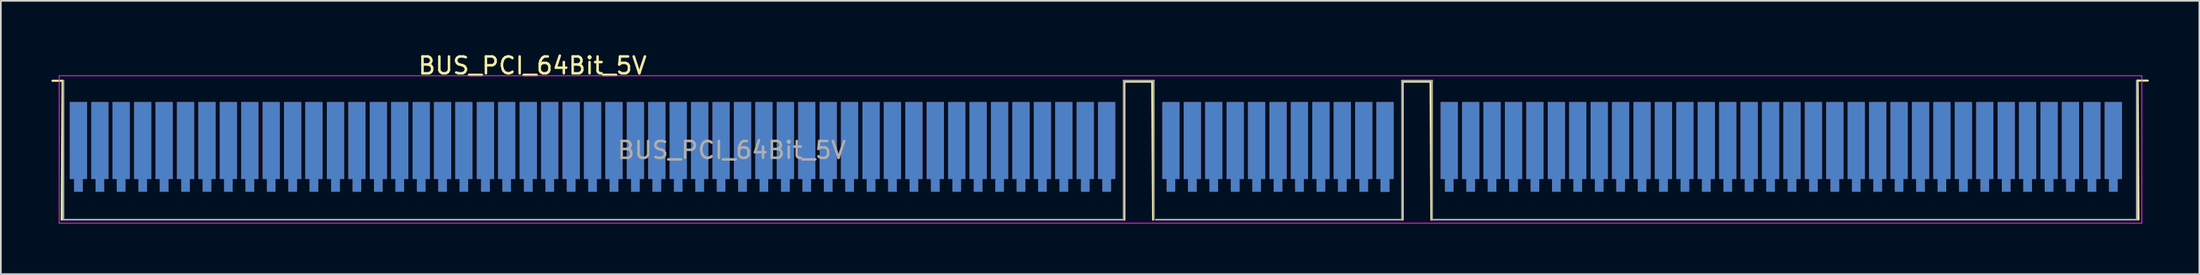
<source format=kicad_pcb>
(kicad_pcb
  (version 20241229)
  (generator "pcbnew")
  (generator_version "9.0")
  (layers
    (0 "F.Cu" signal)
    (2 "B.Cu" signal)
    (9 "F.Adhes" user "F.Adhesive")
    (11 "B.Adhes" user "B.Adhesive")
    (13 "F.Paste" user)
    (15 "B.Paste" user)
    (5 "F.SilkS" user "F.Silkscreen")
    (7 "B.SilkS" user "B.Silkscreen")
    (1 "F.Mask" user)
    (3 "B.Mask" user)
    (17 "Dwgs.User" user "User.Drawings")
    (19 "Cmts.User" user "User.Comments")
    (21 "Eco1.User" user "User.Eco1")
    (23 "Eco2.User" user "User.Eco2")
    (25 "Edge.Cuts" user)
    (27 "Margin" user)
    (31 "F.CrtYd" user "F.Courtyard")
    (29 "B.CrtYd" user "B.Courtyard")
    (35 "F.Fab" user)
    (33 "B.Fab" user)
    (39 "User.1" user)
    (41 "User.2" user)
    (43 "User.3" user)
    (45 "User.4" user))
  (footprint "BUS_PCI_64Bit_5V"
    (layer "F.Cu")
    (at 40.33 6.628)
    (property "Reference" "BUS_PCI_64Bit_5V" (at -11.81 -5.78 0) (layer "F.SilkS") (effects (font (size 1 1) (thickness 0.15))))
    (attr exclude_from_pos_files exclude_from_bom)
    (fp_line (start -40.27 -4.88) (end -39.67 -4.88) (stroke (width 0.12) (type solid)) (layer "F.SilkS"))
    (fp_line (start -39.67 -4.88) (end -39.72 3.37) (stroke (width 0.12) (type solid)) (layer "F.SilkS"))
    (fp_line (start 23.28 -4.83) (end 24.93 -4.83) (stroke (width 0.12) (type solid)) (layer "F.SilkS"))
    (fp_line (start 23.28 3.37) (end 23.28 -4.83) (stroke (width 0.12) (type solid)) (layer "F.SilkS"))
    (fp_line (start 24.93 -4.83) (end 24.98 3.37) (stroke (width 0.12) (type solid)) (layer "F.SilkS"))
    (fp_line (start 39.78 -4.83) (end 41.43 -4.83) (stroke (width 0.12) (type solid)) (layer "F.SilkS"))
    (fp_line (start 39.78 3.37) (end 39.78 -4.83) (stroke (width 0.12) (type solid)) (layer "F.SilkS"))
    (fp_line (start 41.43 -4.83) (end 41.48 3.37) (stroke (width 0.12) (type solid)) (layer "F.SilkS"))
    (fp_line (start 83.35 -4.89) (end 83.4 3.36) (stroke (width 0.12) (type solid)) (layer "F.SilkS"))
    (fp_line (start 83.95 -4.89) (end 83.35 -4.89) (stroke (width 0.12) (type solid)) (layer "F.SilkS"))
    (fp_line (start -39.87 -5.18) (end -39.87 3.58) (stroke (width 0.05) (type solid)) (layer "F.CrtYd"))
    (fp_line (start -39.87 -5.18) (end 83.6 -5.18) (stroke (width 0.05) (type solid)) (layer "F.CrtYd"))
    (fp_line (start 83.6 3.58) (end -39.87 3.58) (stroke (width 0.05) (type solid)) (layer "F.CrtYd"))
    (fp_line (start 83.6 3.58) (end 83.6 -5.18) (stroke (width 0.05) (type solid)) (layer "F.CrtYd"))
    (fp_line (start -39.62 -4.89) (end -39.62 3.37) (stroke (width 0.1) (type solid)) (layer "F.Fab"))
    (fp_line (start -39.62 3.37) (end 23.24 3.37) (stroke (width 0.1) (type solid)) (layer "F.Fab"))
    (fp_line (start 23.24 -4.89) (end 25.02 -4.89) (stroke (width 0.1) (type solid)) (layer "F.Fab"))
    (fp_line (start 23.24 3.37) (end 23.24 -4.89) (stroke (width 0.1) (type solid)) (layer "F.Fab"))
    (fp_line (start 25.02 -4.89) (end 25.02 3.37) (stroke (width 0.1) (type solid)) (layer "F.Fab"))
    (fp_line (start 25.14 3.37) (end 39.74 3.37) (stroke (width 0.1) (type solid)) (layer "F.Fab"))
    (fp_line (start 39.74 -4.89) (end 41.52 -4.89) (stroke (width 0.1) (type solid)) (layer "F.Fab"))
    (fp_line (start 39.74 3.37) (end 39.74 -4.89) (stroke (width 0.1) (type solid)) (layer "F.Fab"))
    (fp_line (start 41.52 -4.89) (end 41.52 3.37) (stroke (width 0.1) (type solid)) (layer "F.Fab"))
    (fp_line (start 41.52 3.37) (end 83.3 3.37) (stroke (width 0.1) (type solid)) (layer "F.Fab"))
    (fp_line (start 83.3 -4.89) (end 83.3 3.37) (stroke (width 0.1) (type solid)) (layer "F.Fab"))
    (fp_text user "${REFERENCE}" (at 0 -0.76 0) (layer "F.Fab") (effects (font (size 1 1) (thickness 0.15))))
    (pad "A1" connect rect (at -38.73 -1.33) (size 1.02 4.57) (layers "B.Cu" "B.Mask"))
    (pad "A1" connect rect (at -38.73 1.33) (size 0.51 0.76) (layers "B.Cu" "B.Mask"))
    (pad "A2" connect rect (at -37.46 -1.33) (size 1.02 4.57) (layers "B.Cu" "B.Mask"))
    (pad "A2" connect rect (at -37.46 1.33) (size 0.51 0.76) (layers "B.Cu" "B.Mask"))
    (pad "A3" connect rect (at -36.2 -1.33) (size 1.02 4.57) (layers "B.Cu" "B.Mask"))
    (pad "A3" connect rect (at -36.2 1.33) (size 0.51 0.76) (layers "B.Cu" "B.Mask"))
    (pad "A4" connect rect (at -34.92 -1.33) (size 1.02 4.57) (layers "B.Cu" "B.Mask"))
    (pad "A4" connect rect (at -34.92 1.33) (size 0.51 0.76) (layers "B.Cu" "B.Mask"))
    (pad "A5" connect rect (at -33.65 -1.33) (size 1.02 4.57) (layers "B.Cu" "B.Mask"))
    (pad "A5" connect rect (at -33.65 1.33) (size 0.51 0.76) (layers "B.Cu" "B.Mask"))
    (pad "A6" connect rect (at -32.38 -1.33) (size 1.02 4.57) (layers "B.Cu" "B.Mask"))
    (pad "A6" connect rect (at -32.38 1.33) (size 0.51 0.76) (layers "B.Cu" "B.Mask"))
    (pad "A7" connect rect (at -31.11 -1.33) (size 1.02 4.57) (layers "B.Cu" "B.Mask"))
    (pad "A7" connect rect (at -31.11 1.33) (size 0.51 0.76) (layers "B.Cu" "B.Mask"))
    (pad "A8" connect rect (at -29.84 -1.33) (size 1.02 4.57) (layers "B.Cu" "B.Mask"))
    (pad "A8" connect rect (at -29.84 1.33) (size 0.51 0.76) (layers "B.Cu" "B.Mask"))
    (pad "A9" connect rect (at -28.57 -1.33) (size 1.02 4.57) (layers "B.Cu" "B.Mask"))
    (pad "A9" connect rect (at -28.57 1.33) (size 0.51 0.76) (layers "B.Cu" "B.Mask"))
    (pad "A10" connect rect (at -27.3 -1.33) (size 1.02 4.57) (layers "B.Cu" "B.Mask"))
    (pad "A10" connect rect (at -27.3 1.33) (size 0.51 0.76) (layers "B.Cu" "B.Mask"))
    (pad "A11" connect rect (at -26.03 -1.33) (size 1.02 4.57) (layers "B.Cu" "B.Mask"))
    (pad "A11" connect rect (at -26.03 1.33) (size 0.51 0.76) (layers "B.Cu" "B.Mask"))
    (pad "A12" connect rect (at -24.77 -1.33) (size 1.02 4.57) (layers "B.Cu" "B.Mask"))
    (pad "A12" connect rect (at -24.77 1.33) (size 0.51 0.76) (layers "B.Cu" "B.Mask"))
    (pad "A13" connect rect (at -23.49 -1.33) (size 1.02 4.57) (layers "B.Cu" "B.Mask"))
    (pad "A13" connect rect (at -23.49 1.33) (size 0.51 0.76) (layers "B.Cu" "B.Mask"))
    (pad "A14" connect rect (at -22.22 -1.33) (size 1.02 4.57) (layers "B.Cu" "B.Mask"))
    (pad "A14" connect rect (at -22.22 1.33) (size 0.51 0.76) (layers "B.Cu" "B.Mask"))
    (pad "A15" connect rect (at -20.95 -1.33) (size 1.02 4.57) (layers "B.Cu" "B.Mask"))
    (pad "A15" connect rect (at -20.95 1.33) (size 0.51 0.76) (layers "B.Cu" "B.Mask"))
    (pad "A16" connect rect (at -19.68 -1.33) (size 1.02 4.57) (layers "B.Cu" "B.Mask"))
    (pad "A16" connect rect (at -19.68 1.33) (size 0.51 0.76) (layers "B.Cu" "B.Mask"))
    (pad "A17" connect rect (at -18.41 -1.33) (size 1.02 4.57) (layers "B.Cu" "B.Mask"))
    (pad "A17" connect rect (at -18.41 1.33) (size 0.51 0.76) (layers "B.Cu" "B.Mask"))
    (pad "A18" connect rect (at -17.14 -1.33) (size 1.02 4.57) (layers "B.Cu" "B.Mask"))
    (pad "A18" connect rect (at -17.14 1.33) (size 0.51 0.76) (layers "B.Cu" "B.Mask"))
    (pad "A19" connect rect (at -15.88 -1.33) (size 1.02 4.57) (layers "B.Cu" "B.Mask"))
    (pad "A19" connect rect (at -15.88 1.33) (size 0.51 0.76) (layers "B.Cu" "B.Mask"))
    (pad "A20" connect rect (at -14.6 -1.33) (size 1.02 4.57) (layers "B.Cu" "B.Mask"))
    (pad "A20" connect rect (at -14.6 1.33) (size 0.51 0.76) (layers "B.Cu" "B.Mask"))
    (pad "A21" connect rect (at -13.34 -1.33) (size 1.02 4.57) (layers "B.Cu" "B.Mask"))
    (pad "A21" connect rect (at -13.34 1.33) (size 0.51 0.76) (layers "B.Cu" "B.Mask"))
    (pad "A22" connect rect (at -12.06 -1.33) (size 1.02 4.57) (layers "B.Cu" "B.Mask"))
    (pad "A22" connect rect (at -12.06 1.33) (size 0.51 0.76) (layers "B.Cu" "B.Mask"))
    (pad "A23" connect rect (at -10.79 -1.33) (size 1.02 4.57) (layers "B.Cu" "B.Mask"))
    (pad "A23" connect rect (at -10.79 1.33) (size 0.51 0.76) (layers "B.Cu" "B.Mask"))
    (pad "A24" connect rect (at -9.52 -1.33) (size 1.02 4.57) (layers "B.Cu" "B.Mask"))
    (pad "A24" connect rect (at -9.52 1.33) (size 0.51 0.76) (layers "B.Cu" "B.Mask"))
    (pad "A25" connect rect (at -8.25 -1.33) (size 1.02 4.57) (layers "B.Cu" "B.Mask"))
    (pad "A25" connect rect (at -8.25 1.33) (size 0.51 0.76) (layers "B.Cu" "B.Mask"))
    (pad "A26" connect rect (at -6.98 -1.33) (size 1.02 4.57) (layers "B.Cu" "B.Mask"))
    (pad "A26" connect rect (at -6.98 1.33) (size 0.51 0.76) (layers "B.Cu" "B.Mask"))
    (pad "A27" connect rect (at -5.71 -1.33) (size 1.02 4.57) (layers "B.Cu" "B.Mask"))
    (pad "A27" connect rect (at -5.71 1.33) (size 0.51 0.76) (layers "B.Cu" "B.Mask"))
    (pad "A28" connect rect (at -4.44 -1.33) (size 1.02 4.57) (layers "B.Cu" "B.Mask"))
    (pad "A28" connect rect (at -4.44 1.33) (size 0.51 0.76) (layers "B.Cu" "B.Mask"))
    (pad "A29" connect rect (at -3.17 -1.33) (size 1.02 4.57) (layers "B.Cu" "B.Mask"))
    (pad "A29" connect rect (at -3.17 1.33) (size 0.51 0.76) (layers "B.Cu" "B.Mask"))
    (pad "A30" connect rect (at -1.9 -1.33) (size 1.02 4.57) (layers "B.Cu" "B.Mask"))
    (pad "A30" connect rect (at -1.9 1.33) (size 0.51 0.76) (layers "B.Cu" "B.Mask"))
    (pad "A31" connect rect (at -0.63 -1.33) (size 1.02 4.57) (layers "B.Cu" "B.Mask"))
    (pad "A31" connect rect (at -0.63 1.33) (size 0.51 0.76) (layers "B.Cu" "B.Mask"))
    (pad "A32" connect rect (at 0.64 -1.33) (size 1.02 4.57) (layers "B.Cu" "B.Mask"))
    (pad "A32" connect rect (at 0.64 1.33) (size 0.51 0.76) (layers "B.Cu" "B.Mask"))
    (pad "A33" connect rect (at 1.91 -1.33) (size 1.02 4.57) (layers "B.Cu" "B.Mask"))
    (pad "A33" connect rect (at 1.91 1.33) (size 0.51 0.76) (layers "B.Cu" "B.Mask"))
    (pad "A34" connect rect (at 3.18 -1.33) (size 1.02 4.57) (layers "B.Cu" "B.Mask"))
    (pad "A34" connect rect (at 3.18 1.33) (size 0.51 0.76) (layers "B.Cu" "B.Mask"))
    (pad "A35" connect rect (at 4.45 -1.33) (size 1.02 4.57) (layers "B.Cu" "B.Mask"))
    (pad "A35" connect rect (at 4.45 1.33) (size 0.51 0.76) (layers "B.Cu" "B.Mask"))
    (pad "A36" connect rect (at 5.72 -1.33) (size 1.02 4.57) (layers "B.Cu" "B.Mask"))
    (pad "A36" connect rect (at 5.72 1.33) (size 0.51 0.76) (layers "B.Cu" "B.Mask"))
    (pad "A37" connect rect (at 6.99 -1.33) (size 1.02 4.57) (layers "B.Cu" "B.Mask"))
    (pad "A37" connect rect (at 6.99 1.33) (size 0.51 0.76) (layers "B.Cu" "B.Mask"))
    (pad "A38" connect rect (at 8.26 -1.33) (size 1.02 4.57) (layers "B.Cu" "B.Mask"))
    (pad "A38" connect rect (at 8.26 1.33) (size 0.51 0.76) (layers "B.Cu" "B.Mask"))
    (pad "A39" connect rect (at 9.53 -1.33) (size 1.02 4.57) (layers "B.Cu" "B.Mask"))
    (pad "A39" connect rect (at 9.53 1.33) (size 0.51 0.76) (layers "B.Cu" "B.Mask"))
    (pad "A40" connect rect (at 10.8 -1.33) (size 1.02 4.57) (layers "B.Cu" "B.Mask"))
    (pad "A40" connect rect (at 10.8 1.33) (size 0.51 0.76) (layers "B.Cu" "B.Mask"))
    (pad "A41" connect rect (at 12.07 -1.33) (size 1.02 4.57) (layers "B.Cu" "B.Mask"))
    (pad "A41" connect rect (at 12.07 1.33) (size 0.51 0.76) (layers "B.Cu" "B.Mask"))
    (pad "A42" connect rect (at 13.34 -1.33) (size 1.02 4.57) (layers "B.Cu" "B.Mask"))
    (pad "A42" connect rect (at 13.34 1.33) (size 0.51 0.76) (layers "B.Cu" "B.Mask"))
    (pad "A43" connect rect (at 14.61 -1.33) (size 1.02 4.57) (layers "B.Cu" "B.Mask"))
    (pad "A43" connect rect (at 14.61 1.33) (size 0.51 0.76) (layers "B.Cu" "B.Mask"))
    (pad "A44" connect rect (at 15.88 -1.33) (size 1.02 4.57) (layers "B.Cu" "B.Mask"))
    (pad "A44" connect rect (at 15.88 1.33) (size 0.51 0.76) (layers "B.Cu" "B.Mask"))
    (pad "A45" connect rect (at 17.15 -1.33) (size 1.02 4.57) (layers "B.Cu" "B.Mask"))
    (pad "A45" connect rect (at 17.15 1.33) (size 0.51 0.76) (layers "B.Cu" "B.Mask"))
    (pad "A46" connect rect (at 18.42 -1.33) (size 1.02 4.57) (layers "B.Cu" "B.Mask"))
    (pad "A46" connect rect (at 18.42 1.33) (size 0.51 0.76) (layers "B.Cu" "B.Mask"))
    (pad "A47" connect rect (at 19.69 -1.33) (size 1.02 4.57) (layers "B.Cu" "B.Mask"))
    (pad "A47" connect rect (at 19.69 1.33) (size 0.51 0.76) (layers "B.Cu" "B.Mask"))
    (pad "A48" connect rect (at 20.96 -1.33) (size 1.02 4.57) (layers "B.Cu" "B.Mask"))
    (pad "A48" connect rect (at 20.96 1.33) (size 0.51 0.76) (layers "B.Cu" "B.Mask"))
    (pad "A49" connect rect (at 22.23 -1.33) (size 1.02 4.57) (layers "B.Cu" "B.Mask"))
    (pad "A49" connect rect (at 22.23 1.33) (size 0.51 0.76) (layers "B.Cu" "B.Mask"))
    (pad "A52" connect rect (at 26.04 -1.33) (size 1.02 4.57) (layers "B.Cu" "B.Mask"))
    (pad "A52" connect rect (at 26.04 1.33) (size 0.51 0.76) (layers "B.Cu" "B.Mask"))
    (pad "A53" connect rect (at 27.31 -1.33) (size 1.02 4.57) (layers "B.Cu" "B.Mask"))
    (pad "A53" connect rect (at 27.31 1.33) (size 0.51 0.76) (layers "B.Cu" "B.Mask"))
    (pad "A54" connect rect (at 28.58 -1.33) (size 1.02 4.57) (layers "B.Cu" "B.Mask"))
    (pad "A54" connect rect (at 28.58 1.33) (size 0.51 0.76) (layers "B.Cu" "B.Mask"))
    (pad "A55" connect rect (at 29.85 -1.33) (size 1.02 4.57) (layers "B.Cu" "B.Mask"))
    (pad "A55" connect rect (at 29.85 1.33) (size 0.51 0.76) (layers "B.Cu" "B.Mask"))
    (pad "A56" connect rect (at 31.12 -1.33) (size 1.02 4.57) (layers "B.Cu" "B.Mask"))
    (pad "A56" connect rect (at 31.12 1.33) (size 0.51 0.76) (layers "B.Cu" "B.Mask"))
    (pad "A57" connect rect (at 32.39 -1.33) (size 1.02 4.57) (layers "B.Cu" "B.Mask"))
    (pad "A57" connect rect (at 32.39 1.33) (size 0.51 0.76) (layers "B.Cu" "B.Mask"))
    (pad "A58" connect rect (at 33.66 -1.33) (size 1.02 4.57) (layers "B.Cu" "B.Mask"))
    (pad "A58" connect rect (at 33.66 1.33) (size 0.51 0.76) (layers "B.Cu" "B.Mask"))
    (pad "A59" connect rect (at 34.93 -1.33) (size 1.02 4.57) (layers "B.Cu" "B.Mask"))
    (pad "A59" connect rect (at 34.93 1.33) (size 0.51 0.76) (layers "B.Cu" "B.Mask"))
    (pad "A60" connect rect (at 36.2 -1.33) (size 1.02 4.57) (layers "B.Cu" "B.Mask"))
    (pad "A60" connect rect (at 36.2 1.33) (size 0.51 0.76) (layers "B.Cu" "B.Mask"))
    (pad "A61" connect rect (at 37.47 -1.33) (size 1.02 4.57) (layers "B.Cu" "B.Mask"))
    (pad "A61" connect rect (at 37.47 1.33) (size 0.51 0.76) (layers "B.Cu" "B.Mask"))
    (pad "A62" connect rect (at 38.73 -1.33) (size 1.02 4.57) (layers "B.Cu" "B.Mask"))
    (pad "A62" connect rect (at 38.73 1.33) (size 0.51 0.76) (layers "B.Cu" "B.Mask"))
    (pad "A62" connect rect (at 38.73 1.33) (size 0.51 0.76) (layers "B.Cu" "B.Mask"))
    (pad "A63" connect rect (at 42.54 -1.33) (size 1.02 4.57) (layers "B.Cu" "B.Mask"))
    (pad "A63" connect rect (at 42.54 1.33) (size 0.51 0.76) (layers "B.Cu" "B.Mask"))
    (pad "A64" connect rect (at 43.81 -1.33) (size 1.02 4.57) (layers "B.Cu" "B.Mask"))
    (pad "A64" connect rect (at 43.81 1.33) (size 0.51 0.76) (layers "B.Cu" "B.Mask"))
    (pad "A65" connect rect (at 45.08 -1.33) (size 1.02 4.57) (layers "B.Cu" "B.Mask"))
    (pad "A65" connect rect (at 45.08 1.33) (size 0.51 0.76) (layers "B.Cu" "B.Mask"))
    (pad "A66" connect rect (at 46.35 -1.33) (size 1.02 4.57) (layers "B.Cu" "B.Mask"))
    (pad "A66" connect rect (at 46.35 1.33) (size 0.51 0.76) (layers "B.Cu" "B.Mask"))
    (pad "A67" connect rect (at 47.62 -1.33) (size 1.02 4.57) (layers "B.Cu" "B.Mask"))
    (pad "A67" connect rect (at 47.62 1.33) (size 0.51 0.76) (layers "B.Cu" "B.Mask"))
    (pad "A68" connect rect (at 48.89 -1.33) (size 1.02 4.57) (layers "B.Cu" "B.Mask"))
    (pad "A68" connect rect (at 48.89 1.33) (size 0.51 0.76) (layers "B.Cu" "B.Mask"))
    (pad "A69" connect rect (at 50.16 -1.33) (size 1.02 4.57) (layers "B.Cu" "B.Mask"))
    (pad "A69" connect rect (at 50.16 1.33) (size 0.51 0.76) (layers "B.Cu" "B.Mask"))
    (pad "A70" connect rect (at 51.43 -1.33) (size 1.02 4.57) (layers "B.Cu" "B.Mask"))
    (pad "A70" connect rect (at 51.43 1.33) (size 0.51 0.76) (layers "B.Cu" "B.Mask"))
    (pad "A71" connect rect (at 52.7 -1.33) (size 1.02 4.57) (layers "B.Cu" "B.Mask"))
    (pad "A71" connect rect (at 52.7 1.33) (size 0.51 0.76) (layers "B.Cu" "B.Mask"))
    (pad "A72" connect rect (at 53.97 -1.33) (size 1.02 4.57) (layers "B.Cu" "B.Mask"))
    (pad "A72" connect rect (at 53.97 1.33) (size 0.51 0.76) (layers "B.Cu" "B.Mask"))
    (pad "A73" connect rect (at 55.24 -1.33) (size 1.02 4.57) (layers "B.Cu" "B.Mask"))
    (pad "A73" connect rect (at 55.24 1.33) (size 0.51 0.76) (layers "B.Cu" "B.Mask"))
    (pad "A74" connect rect (at 56.51 -1.33) (size 1.02 4.57) (layers "B.Cu" "B.Mask"))
    (pad "A74" connect rect (at 56.51 1.33) (size 0.51 0.76) (layers "B.Cu" "B.Mask"))
    (pad "A75" connect rect (at 57.78 -1.33) (size 1.02 4.57) (layers "B.Cu" "B.Mask"))
    (pad "A75" connect rect (at 57.78 1.33) (size 0.51 0.76) (layers "B.Cu" "B.Mask"))
    (pad "A76" connect rect (at 59.05 -1.33) (size 1.02 4.57) (layers "B.Cu" "B.Mask"))
    (pad "A76" connect rect (at 59.05 1.33) (size 0.51 0.76) (layers "B.Cu" "B.Mask"))
    (pad "A77" connect rect (at 60.32 -1.33) (size 1.02 4.57) (layers "B.Cu" "B.Mask"))
    (pad "A77" connect rect (at 60.32 1.33) (size 0.51 0.76) (layers "B.Cu" "B.Mask"))
    (pad "A78" connect rect (at 61.59 -1.33) (size 1.02 4.57) (layers "B.Cu" "B.Mask"))
    (pad "A78" connect rect (at 61.59 1.33) (size 0.51 0.76) (layers "B.Cu" "B.Mask"))
    (pad "A79" connect rect (at 62.86 -1.33) (size 1.02 4.57) (layers "B.Cu" "B.Mask"))
    (pad "A79" connect rect (at 62.86 1.33) (size 0.51 0.76) (layers "B.Cu" "B.Mask"))
    (pad "A80" connect rect (at 64.13 -1.33) (size 1.02 4.57) (layers "B.Cu" "B.Mask"))
    (pad "A80" connect rect (at 64.13 1.33) (size 0.51 0.76) (layers "B.Cu" "B.Mask"))
    (pad "A81" connect rect (at 65.4 -1.33) (size 1.02 4.57) (layers "B.Cu" "B.Mask"))
    (pad "A81" connect rect (at 65.4 1.33) (size 0.51 0.76) (layers "B.Cu" "B.Mask"))
    (pad "A82" connect rect (at 66.67 -1.33) (size 1.02 4.57) (layers "B.Cu" "B.Mask"))
    (pad "A82" connect rect (at 66.67 1.33) (size 0.51 0.76) (layers "B.Cu" "B.Mask"))
    (pad "A83" connect rect (at 67.94 -1.33) (size 1.02 4.57) (layers "B.Cu" "B.Mask"))
    (pad "A83" connect rect (at 67.94 1.33) (size 0.51 0.76) (layers "B.Cu" "B.Mask"))
    (pad "A84" connect rect (at 69.21 -1.33) (size 1.02 4.57) (layers "B.Cu" "B.Mask"))
    (pad "A84" connect rect (at 69.21 1.33) (size 0.51 0.76) (layers "B.Cu" "B.Mask"))
    (pad "A85" connect rect (at 70.48 -1.33) (size 1.02 4.57) (layers "B.Cu" "B.Mask"))
    (pad "A85" connect rect (at 70.48 1.33) (size 0.51 0.76) (layers "B.Cu" "B.Mask"))
    (pad "A86" connect rect (at 71.75 -1.33) (size 1.02 4.57) (layers "B.Cu" "B.Mask"))
    (pad "A86" connect rect (at 71.75 1.33) (size 0.51 0.76) (layers "B.Cu" "B.Mask"))
    (pad "A87" connect rect (at 73.02 -1.33) (size 1.02 4.57) (layers "B.Cu" "B.Mask"))
    (pad "A87" connect rect (at 73.02 1.33) (size 0.51 0.76) (layers "B.Cu" "B.Mask"))
    (pad "A88" connect rect (at 74.29 -1.33) (size 1.02 4.57) (layers "B.Cu" "B.Mask"))
    (pad "A88" connect rect (at 74.29 1.33) (size 0.51 0.76) (layers "B.Cu" "B.Mask"))
    (pad "A89" connect rect (at 75.56 -1.33) (size 1.02 4.57) (layers "B.Cu" "B.Mask"))
    (pad "A89" connect rect (at 75.56 1.33) (size 0.51 0.76) (layers "B.Cu" "B.Mask"))
    (pad "A90" connect rect (at 76.83 -1.33) (size 1.02 4.57) (layers "B.Cu" "B.Mask"))
    (pad "A90" connect rect (at 76.83 1.33) (size 0.51 0.76) (layers "B.Cu" "B.Mask"))
    (pad "A91" connect rect (at 78.1 -1.33) (size 1.02 4.57) (layers "B.Cu" "B.Mask"))
    (pad "A91" connect rect (at 78.1 1.33) (size 0.51 0.76) (layers "B.Cu" "B.Mask"))
    (pad "A92" connect rect (at 79.37 -1.33) (size 1.02 4.57) (layers "B.Cu" "B.Mask"))
    (pad "A92" connect rect (at 79.37 1.33) (size 0.51 0.76) (layers "B.Cu" "B.Mask"))
    (pad "A93" connect rect (at 80.64 -1.33) (size 1.02 4.57) (layers "B.Cu" "B.Mask"))
    (pad "A93" connect rect (at 80.64 1.33) (size 0.51 0.76) (layers "B.Cu" "B.Mask"))
    (pad "A94" connect rect (at 81.91 -1.33) (size 1.02 4.57) (layers "B.Cu" "B.Mask"))
    (pad "A94" connect rect (at 81.91 1.33) (size 0.51 0.76) (layers "B.Cu" "B.Mask"))
    (pad "B1" connect rect (at -38.73 -1.33) (size 1.02 4.57) (layers "F.Cu" "F.Mask"))
    (pad "B1" connect rect (at -38.73 1.33) (size 0.51 0.76) (layers "F.Cu" "F.Mask"))
    (pad "B2" connect rect (at -37.46 -1.33) (size 1.02 4.57) (layers "F.Cu" "F.Mask"))
    (pad "B2" connect rect (at -37.46 1.33) (size 0.51 0.76) (layers "F.Cu" "F.Mask"))
    (pad "B3" connect rect (at -36.2 -1.33) (size 1.02 4.57) (layers "F.Cu" "F.Mask"))
    (pad "B3" connect rect (at -36.2 1.33) (size 0.51 0.76) (layers "F.Cu" "F.Mask"))
    (pad "B4" connect rect (at -34.92 -1.33) (size 1.02 4.57) (layers "F.Cu" "F.Mask"))
    (pad "B4" connect rect (at -34.92 1.33) (size 0.51 0.76) (layers "F.Cu" "F.Mask"))
    (pad "B5" connect rect (at -33.65 -1.33) (size 1.02 4.57) (layers "F.Cu" "F.Mask"))
    (pad "B5" connect rect (at -33.65 1.33) (size 0.51 0.76) (layers "F.Cu" "F.Mask"))
    (pad "B6" connect rect (at -32.38 -1.33) (size 1.02 4.57) (layers "F.Cu" "F.Mask"))
    (pad "B6" connect rect (at -32.38 1.33) (size 0.51 0.76) (layers "F.Cu" "F.Mask"))
    (pad "B7" connect rect (at -31.11 -1.33) (size 1.02 4.57) (layers "F.Cu" "F.Mask"))
    (pad "B7" connect rect (at -31.11 1.33) (size 0.51 0.76) (layers "F.Cu" "F.Mask"))
    (pad "B8" connect rect (at -29.84 -1.33) (size 1.02 4.57) (layers "F.Cu" "F.Mask"))
    (pad "B8" connect rect (at -29.84 1.33) (size 0.51 0.76) (layers "F.Cu" "F.Mask"))
    (pad "B9" connect rect (at -28.57 -1.33) (size 1.02 4.57) (layers "F.Cu" "F.Mask"))
    (pad "B9" connect rect (at -28.57 1.33) (size 0.51 0.76) (layers "F.Cu" "F.Mask"))
    (pad "B10" connect rect (at -27.3 -1.33) (size 1.02 4.57) (layers "F.Cu" "F.Mask"))
    (pad "B10" connect rect (at -27.3 1.33) (size 0.51 0.76) (layers "F.Cu" "F.Mask"))
    (pad "B11" connect rect (at -26.03 -1.33) (size 1.02 4.57) (layers "F.Cu" "F.Mask"))
    (pad "B11" connect rect (at -26.03 1.33) (size 0.51 0.76) (layers "F.Cu" "F.Mask"))
    (pad "B12" connect rect (at -24.77 -1.33) (size 1.02 4.57) (layers "F.Cu" "F.Mask"))
    (pad "B12" connect rect (at -24.77 1.33) (size 0.51 0.76) (layers "F.Cu" "F.Mask"))
    (pad "B13" connect rect (at -23.49 -1.33) (size 1.02 4.57) (layers "F.Cu" "F.Mask"))
    (pad "B13" connect rect (at -23.49 1.33) (size 0.51 0.76) (layers "F.Cu" "F.Mask"))
    (pad "B14" connect rect (at -22.22 -1.33) (size 1.02 4.57) (layers "F.Cu" "F.Mask"))
    (pad "B14" connect rect (at -22.22 1.33) (size 0.51 0.76) (layers "F.Cu" "F.Mask"))
    (pad "B15" connect rect (at -20.95 -1.33) (size 1.02 4.57) (layers "F.Cu" "F.Mask"))
    (pad "B15" connect rect (at -20.95 1.33) (size 0.51 0.76) (layers "F.Cu" "F.Mask"))
    (pad "B16" connect rect (at -19.68 -1.33) (size 1.02 4.57) (layers "F.Cu" "F.Mask"))
    (pad "B16" connect rect (at -19.68 1.33) (size 0.51 0.76) (layers "F.Cu" "F.Mask"))
    (pad "B17" connect rect (at -18.41 -1.33) (size 1.02 4.57) (layers "F.Cu" "F.Mask"))
    (pad "B17" connect rect (at -18.41 1.33) (size 0.51 0.76) (layers "F.Cu" "F.Mask"))
    (pad "B18" connect rect (at -17.14 -1.33) (size 1.02 4.57) (layers "F.Cu" "F.Mask"))
    (pad "B18" connect rect (at -17.14 1.33) (size 0.51 0.76) (layers "F.Cu" "F.Mask"))
    (pad "B19" connect rect (at -15.88 -1.33) (size 1.02 4.57) (layers "F.Cu" "F.Mask"))
    (pad "B19" connect rect (at -15.88 1.33) (size 0.51 0.76) (layers "F.Cu" "F.Mask"))
    (pad "B20" connect rect (at -14.6 -1.33) (size 1.02 4.57) (layers "F.Cu" "F.Mask"))
    (pad "B20" connect rect (at -14.6 1.33) (size 0.51 0.76) (layers "F.Cu" "F.Mask"))
    (pad "B21" connect rect (at -13.34 -1.33) (size 1.02 4.57) (layers "F.Cu" "F.Mask"))
    (pad "B21" connect rect (at -13.34 1.33) (size 0.51 0.76) (layers "F.Cu" "F.Mask"))
    (pad "B22" connect rect (at -12.06 -1.33) (size 1.02 4.57) (layers "F.Cu" "F.Mask"))
    (pad "B22" connect rect (at -12.06 1.33) (size 0.51 0.76) (layers "F.Cu" "F.Mask"))
    (pad "B23" connect rect (at -10.79 -1.33) (size 1.02 4.57) (layers "F.Cu" "F.Mask"))
    (pad "B23" connect rect (at -10.79 1.33) (size 0.51 0.76) (layers "F.Cu" "F.Mask"))
    (pad "B24" connect rect (at -9.52 -1.33) (size 1.02 4.57) (layers "F.Cu" "F.Mask"))
    (pad "B24" connect rect (at -9.52 1.33) (size 0.51 0.76) (layers "F.Cu" "F.Mask"))
    (pad "B25" connect rect (at -8.25 -1.33) (size 1.02 4.57) (layers "F.Cu" "F.Mask"))
    (pad "B25" connect rect (at -8.25 1.33) (size 0.51 0.76) (layers "F.Cu" "F.Mask"))
    (pad "B26" connect rect (at -6.98 -1.33) (size 1.02 4.57) (layers "F.Cu" "F.Mask"))
    (pad "B26" connect rect (at -6.98 1.33) (size 0.51 0.76) (layers "F.Cu" "F.Mask"))
    (pad "B27" connect rect (at -5.71 -1.33) (size 1.02 4.57) (layers "F.Cu" "F.Mask"))
    (pad "B27" connect rect (at -5.71 1.33) (size 0.51 0.76) (layers "F.Cu" "F.Mask"))
    (pad "B28" connect rect (at -4.44 -1.33) (size 1.02 4.57) (layers "F.Cu" "F.Mask"))
    (pad "B28" connect rect (at -4.44 1.33) (size 0.51 0.76) (layers "F.Cu" "F.Mask"))
    (pad "B29" connect rect (at -3.17 -1.33) (size 1.02 4.57) (layers "F.Cu" "F.Mask"))
    (pad "B29" connect rect (at -3.17 1.33) (size 0.51 0.76) (layers "F.Cu" "F.Mask"))
    (pad "B30" connect rect (at -1.9 -1.33) (size 1.02 4.57) (layers "F.Cu" "F.Mask"))
    (pad "B30" connect rect (at -1.9 1.33) (size 0.51 0.76) (layers "F.Cu" "F.Mask"))
    (pad "B31" connect rect (at -0.63 -1.33) (size 1.02 4.57) (layers "F.Cu" "F.Mask"))
    (pad "B31" connect rect (at -0.63 1.33) (size 0.51 0.76) (layers "F.Cu" "F.Mask"))
    (pad "B32" connect rect (at 0.64 -1.33) (size 1.02 4.57) (layers "F.Cu" "F.Mask"))
    (pad "B32" connect rect (at 0.64 1.33) (size 0.51 0.76) (layers "F.Cu" "F.Mask"))
    (pad "B33" connect rect (at 1.91 -1.33) (size 1.02 4.57) (layers "F.Cu" "F.Mask"))
    (pad "B33" connect rect (at 1.91 1.33) (size 0.51 0.76) (layers "F.Cu" "F.Mask"))
    (pad "B34" connect rect (at 3.18 -1.33) (size 1.02 4.57) (layers "F.Cu" "F.Mask"))
    (pad "B34" connect rect (at 3.18 1.33) (size 0.51 0.76) (layers "F.Cu" "F.Mask"))
    (pad "B35" connect rect (at 4.45 -1.33) (size 1.02 4.57) (layers "F.Cu" "F.Mask"))
    (pad "B35" connect rect (at 4.45 1.33) (size 0.51 0.76) (layers "F.Cu" "F.Mask"))
    (pad "B36" connect rect (at 5.72 -1.33) (size 1.02 4.57) (layers "F.Cu" "F.Mask"))
    (pad "B36" connect rect (at 5.72 1.33) (size 0.51 0.76) (layers "F.Cu" "F.Mask"))
    (pad "B37" connect rect (at 6.99 -1.33) (size 1.02 4.57) (layers "F.Cu" "F.Mask"))
    (pad "B37" connect rect (at 6.99 1.33) (size 0.51 0.76) (layers "F.Cu" "F.Mask"))
    (pad "B38" connect rect (at 8.26 -1.33) (size 1.02 4.57) (layers "F.Cu" "F.Mask"))
    (pad "B38" connect rect (at 8.26 1.33) (size 0.51 0.76) (layers "F.Cu" "F.Mask"))
    (pad "B39" connect rect (at 9.53 -1.33) (size 1.02 4.57) (layers "F.Cu" "F.Mask"))
    (pad "B39" connect rect (at 9.53 1.33) (size 0.51 0.76) (layers "F.Cu" "F.Mask"))
    (pad "B40" connect rect (at 10.8 -1.33) (size 1.02 4.57) (layers "F.Cu" "F.Mask"))
    (pad "B40" connect rect (at 10.8 1.33) (size 0.51 0.76) (layers "F.Cu" "F.Mask"))
    (pad "B41" connect rect (at 12.07 -1.33) (size 1.02 4.57) (layers "F.Cu" "F.Mask"))
    (pad "B41" connect rect (at 12.07 1.33) (size 0.51 0.76) (layers "F.Cu" "F.Mask"))
    (pad "B42" connect rect (at 13.34 -1.33) (size 1.02 4.57) (layers "F.Cu" "F.Mask"))
    (pad "B42" connect rect (at 13.34 1.33) (size 0.51 0.76) (layers "F.Cu" "F.Mask"))
    (pad "B43" connect rect (at 14.61 -1.33) (size 1.02 4.57) (layers "F.Cu" "F.Mask"))
    (pad "B43" connect rect (at 14.61 1.33) (size 0.51 0.76) (layers "F.Cu" "F.Mask"))
    (pad "B44" connect rect (at 15.88 -1.33) (size 1.02 4.57) (layers "F.Cu" "F.Mask"))
    (pad "B44" connect rect (at 15.88 1.33) (size 0.51 0.76) (layers "F.Cu" "F.Mask"))
    (pad "B45" connect rect (at 17.15 -1.33) (size 1.02 4.57) (layers "F.Cu" "F.Mask"))
    (pad "B45" connect rect (at 17.15 1.33) (size 0.51 0.76) (layers "F.Cu" "F.Mask"))
    (pad "B46" connect rect (at 18.42 -1.33) (size 1.02 4.57) (layers "F.Cu" "F.Mask"))
    (pad "B46" connect rect (at 18.42 1.33) (size 0.51 0.76) (layers "F.Cu" "F.Mask"))
    (pad "B47" connect rect (at 19.69 -1.33) (size 1.02 4.57) (layers "F.Cu" "F.Mask"))
    (pad "B47" connect rect (at 19.69 1.33) (size 0.51 0.76) (layers "F.Cu" "F.Mask"))
    (pad "B48" connect rect (at 20.96 -1.33) (size 1.02 4.57) (layers "F.Cu" "F.Mask"))
    (pad "B48" connect rect (at 20.96 1.33) (size 0.51 0.76) (layers "F.Cu" "F.Mask"))
    (pad "B49" connect rect (at 22.23 -1.33) (size 1.02 4.57) (layers "F.Cu" "F.Mask"))
    (pad "B49" connect rect (at 22.23 1.33) (size 0.51 0.76) (layers "F.Cu" "F.Mask"))
    (pad "B52" connect rect (at 26.04 -1.33) (size 1.02 4.57) (layers "F.Cu" "F.Mask"))
    (pad "B52" connect rect (at 26.04 1.33) (size 0.51 0.76) (layers "F.Cu" "F.Mask"))
    (pad "B53" connect rect (at 27.31 -1.33) (size 1.02 4.57) (layers "F.Cu" "F.Mask"))
    (pad "B53" connect rect (at 27.31 1.33) (size 0.51 0.76) (layers "F.Cu" "F.Mask"))
    (pad "B54" connect rect (at 28.58 -1.33) (size 1.02 4.57) (layers "F.Cu" "F.Mask"))
    (pad "B54" connect rect (at 28.58 1.33) (size 0.51 0.76) (layers "F.Cu" "F.Mask"))
    (pad "B55" connect rect (at 29.85 -1.33) (size 1.02 4.57) (layers "F.Cu" "F.Mask"))
    (pad "B55" connect rect (at 29.85 1.33) (size 0.51 0.76) (layers "F.Cu" "F.Mask"))
    (pad "B56" connect rect (at 31.12 -1.33) (size 1.02 4.57) (layers "F.Cu" "F.Mask"))
    (pad "B56" connect rect (at 31.12 1.33) (size 0.51 0.76) (layers "F.Cu" "F.Mask"))
    (pad "B57" connect rect (at 32.39 -1.33) (size 1.02 4.57) (layers "F.Cu" "F.Mask"))
    (pad "B57" connect rect (at 32.39 1.33) (size 0.51 0.76) (layers "F.Cu" "F.Mask"))
    (pad "B58" connect rect (at 33.66 -1.33) (size 1.02 4.57) (layers "F.Cu" "F.Mask"))
    (pad "B58" connect rect (at 33.66 1.33) (size 0.51 0.76) (layers "F.Cu" "F.Mask"))
    (pad "B59" connect rect (at 34.93 -1.33) (size 1.02 4.57) (layers "F.Cu" "F.Mask"))
    (pad "B59" connect rect (at 34.93 1.33) (size 0.51 0.76) (layers "F.Cu" "F.Mask"))
    (pad "B60" connect rect (at 36.2 -1.33) (size 1.02 4.57) (layers "F.Cu" "F.Mask"))
    (pad "B60" connect rect (at 36.2 1.33) (size 0.51 0.76) (layers "F.Cu" "F.Mask"))
    (pad "B61" connect rect (at 37.47 -1.33) (size 1.02 4.57) (layers "F.Cu" "F.Mask"))
    (pad "B61" connect rect (at 37.47 1.33) (size 0.51 0.76) (layers "F.Cu" "F.Mask"))
    (pad "B62" connect rect (at 38.73 -1.33) (size 1.02 4.57) (layers "F.Cu" "F.Mask"))
    (pad "B62" connect rect (at 38.73 1.33) (size 0.51 0.76) (layers "F.Cu" "F.Mask"))
    (pad "B62" connect rect (at 38.73 1.33) (size 0.51 0.76) (layers "F.Cu" "F.Mask"))
    (pad "B63" connect rect (at 42.54 -1.33) (size 1.02 4.57) (layers "F.Cu" "F.Mask"))
    (pad "B63" connect rect (at 42.54 1.33) (size 0.51 0.76) (layers "F.Cu" "F.Mask"))
    (pad "B64" connect rect (at 43.81 -1.33) (size 1.02 4.57) (layers "F.Cu" "F.Mask"))
    (pad "B64" connect rect (at 43.81 1.33) (size 0.51 0.76) (layers "F.Cu" "F.Mask"))
    (pad "B65" connect rect (at 45.08 -1.33) (size 1.02 4.57) (layers "F.Cu" "F.Mask"))
    (pad "B65" connect rect (at 45.08 1.33) (size 0.51 0.76) (layers "F.Cu" "F.Mask"))
    (pad "B66" connect rect (at 46.35 -1.33) (size 1.02 4.57) (layers "F.Cu" "F.Mask"))
    (pad "B66" connect rect (at 46.35 1.33) (size 0.51 0.76) (layers "F.Cu" "F.Mask"))
    (pad "B67" connect rect (at 47.62 -1.33) (size 1.02 4.57) (layers "F.Cu" "F.Mask"))
    (pad "B67" connect rect (at 47.62 1.33) (size 0.51 0.76) (layers "F.Cu" "F.Mask"))
    (pad "B68" connect rect (at 48.89 -1.33) (size 1.02 4.57) (layers "F.Cu" "F.Mask"))
    (pad "B68" connect rect (at 48.89 1.33) (size 0.51 0.76) (layers "F.Cu" "F.Mask"))
    (pad "B69" connect rect (at 50.16 -1.33) (size 1.02 4.57) (layers "F.Cu" "F.Mask"))
    (pad "B69" connect rect (at 50.16 1.33) (size 0.51 0.76) (layers "F.Cu" "F.Mask"))
    (pad "B70" connect rect (at 51.43 -1.33) (size 1.02 4.57) (layers "F.Cu" "F.Mask"))
    (pad "B70" connect rect (at 51.43 1.33) (size 0.51 0.76) (layers "F.Cu" "F.Mask"))
    (pad "B71" connect rect (at 52.7 -1.33) (size 1.02 4.57) (layers "F.Cu" "F.Mask"))
    (pad "B71" connect rect (at 52.7 1.33) (size 0.51 0.76) (layers "F.Cu" "F.Mask"))
    (pad "B72" connect rect (at 53.97 -1.33) (size 1.02 4.57) (layers "F.Cu" "F.Mask"))
    (pad "B72" connect rect (at 53.97 1.33) (size 0.51 0.76) (layers "F.Cu" "F.Mask"))
    (pad "B73" connect rect (at 55.24 -1.33) (size 1.02 4.57) (layers "F.Cu" "F.Mask"))
    (pad "B73" connect rect (at 55.24 1.33) (size 0.51 0.76) (layers "F.Cu" "F.Mask"))
    (pad "B74" connect rect (at 56.51 -1.33) (size 1.02 4.57) (layers "F.Cu" "F.Mask"))
    (pad "B74" connect rect (at 56.51 1.33) (size 0.51 0.76) (layers "F.Cu" "F.Mask"))
    (pad "B75" connect rect (at 57.78 -1.33) (size 1.02 4.57) (layers "F.Cu" "F.Mask"))
    (pad "B75" connect rect (at 57.78 1.33) (size 0.51 0.76) (layers "F.Cu" "F.Mask"))
    (pad "B76" connect rect (at 59.05 -1.33) (size 1.02 4.57) (layers "F.Cu" "F.Mask"))
    (pad "B76" connect rect (at 59.05 1.33) (size 0.51 0.76) (layers "F.Cu" "F.Mask"))
    (pad "B77" connect rect (at 60.32 -1.33) (size 1.02 4.57) (layers "F.Cu" "F.Mask"))
    (pad "B77" connect rect (at 60.32 1.33) (size 0.51 0.76) (layers "F.Cu" "F.Mask"))
    (pad "B78" connect rect (at 61.59 -1.33) (size 1.02 4.57) (layers "F.Cu" "F.Mask"))
    (pad "B78" connect rect (at 61.59 1.33) (size 0.51 0.76) (layers "F.Cu" "F.Mask"))
    (pad "B79" connect rect (at 62.86 -1.33) (size 1.02 4.57) (layers "F.Cu" "F.Mask"))
    (pad "B79" connect rect (at 62.86 1.33) (size 0.51 0.76) (layers "F.Cu" "F.Mask"))
    (pad "B80" connect rect (at 64.13 -1.33) (size 1.02 4.57) (layers "F.Cu" "F.Mask"))
    (pad "B80" connect rect (at 64.13 1.33) (size 0.51 0.76) (layers "F.Cu" "F.Mask"))
    (pad "B81" connect rect (at 65.4 -1.33) (size 1.02 4.57) (layers "F.Cu" "F.Mask"))
    (pad "B81" connect rect (at 65.4 1.33) (size 0.51 0.76) (layers "F.Cu" "F.Mask"))
    (pad "B82" connect rect (at 66.67 -1.33) (size 1.02 4.57) (layers "F.Cu" "F.Mask"))
    (pad "B82" connect rect (at 66.67 1.33) (size 0.51 0.76) (layers "F.Cu" "F.Mask"))
    (pad "B83" connect rect (at 67.94 -1.33) (size 1.02 4.57) (layers "F.Cu" "F.Mask"))
    (pad "B83" connect rect (at 67.94 1.33) (size 0.51 0.76) (layers "F.Cu" "F.Mask"))
    (pad "B84" connect rect (at 69.21 -1.33) (size 1.02 4.57) (layers "F.Cu" "F.Mask"))
    (pad "B84" connect rect (at 69.21 1.33) (size 0.51 0.76) (layers "F.Cu" "F.Mask"))
    (pad "B85" connect rect (at 70.48 -1.33) (size 1.02 4.57) (layers "F.Cu" "F.Mask"))
    (pad "B85" connect rect (at 70.48 1.33) (size 0.51 0.76) (layers "F.Cu" "F.Mask"))
    (pad "B86" connect rect (at 71.75 -1.33) (size 1.02 4.57) (layers "F.Cu" "F.Mask"))
    (pad "B86" connect rect (at 71.75 1.33) (size 0.51 0.76) (layers "F.Cu" "F.Mask"))
    (pad "B87" connect rect (at 73.02 -1.33) (size 1.02 4.57) (layers "F.Cu" "F.Mask"))
    (pad "B87" connect rect (at 73.02 1.33) (size 0.51 0.76) (layers "F.Cu" "F.Mask"))
    (pad "B88" connect rect (at 74.29 -1.33) (size 1.02 4.57) (layers "F.Cu" "F.Mask"))
    (pad "B88" connect rect (at 74.29 1.33) (size 0.51 0.76) (layers "F.Cu" "F.Mask"))
    (pad "B89" connect rect (at 75.56 -1.33) (size 1.02 4.57) (layers "F.Cu" "F.Mask"))
    (pad "B89" connect rect (at 75.56 1.33) (size 0.51 0.76) (layers "F.Cu" "F.Mask"))
    (pad "B90" connect rect (at 76.83 -1.33) (size 1.02 4.57) (layers "F.Cu" "F.Mask"))
    (pad "B90" connect rect (at 76.83 1.33) (size 0.51 0.76) (layers "F.Cu" "F.Mask"))
    (pad "B91" connect rect (at 78.1 -1.33) (size 1.02 4.57) (layers "F.Cu" "F.Mask"))
    (pad "B91" connect rect (at 78.1 1.33) (size 0.51 0.76) (layers "F.Cu" "F.Mask"))
    (pad "B92" connect rect (at 79.37 -1.33) (size 1.02 4.57) (layers "F.Cu" "F.Mask"))
    (pad "B92" connect rect (at 79.37 1.33) (size 0.51 0.76) (layers "F.Cu" "F.Mask"))
    (pad "B93" connect rect (at 80.64 -1.33) (size 1.02 4.57) (layers "F.Cu" "F.Mask"))
    (pad "B93" connect rect (at 80.64 1.33) (size 0.51 0.76) (layers "F.Cu" "F.Mask"))
    (pad "B94" connect rect (at 81.91 -1.33) (size 1.02 4.57) (layers "F.Cu" "F.Mask"))
    (pad "B94" connect rect (at 81.91 1.33) (size 0.51 0.76) (layers "F.Cu" "F.Mask")))
  (gr_rect
    (start -3 -3)
    (end 127.34 13.233)
    (stroke (width 0.1) (type default))
    (fill no)
    (layer "Edge.Cuts")))
</source>
